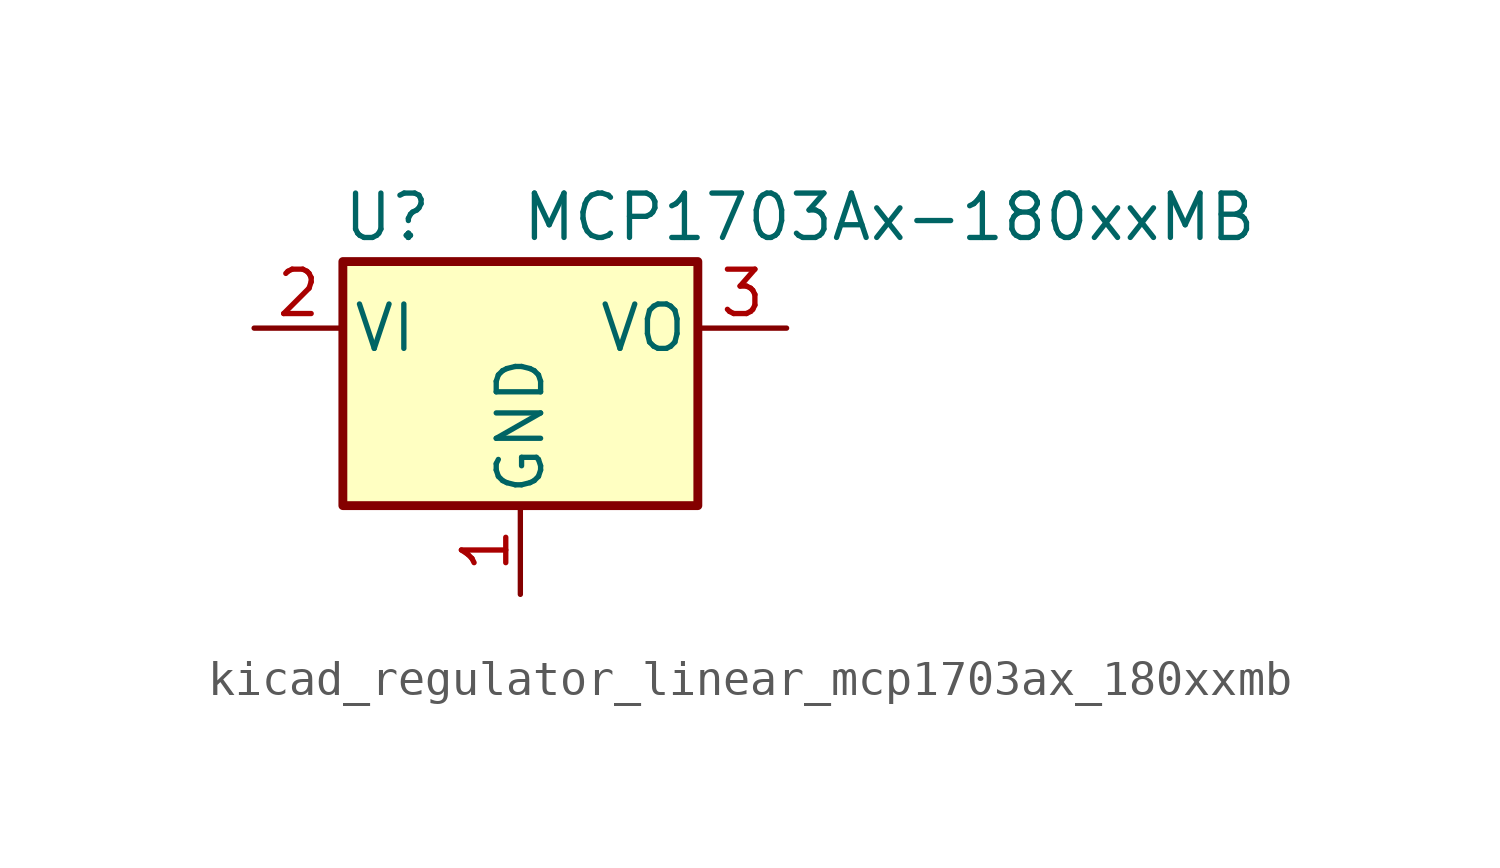
<source format=kicad_sym>
(kicad_symbol_lib
  (version 20220914)
  (generator kicad_symbol_editor)
  (symbol "kicad_regulator_linear_mcp1703ax_180xxmb"
    (pin_names
      (offset 0.254))
    (property "Reference" "U"
      (at -3.81 3.175 0)
      (effects (font (size 1.27 1.27))))
    (property "Value" "MCP1703Ax-180xxMB"
      (at 0 3.175 0)
      (effects (font (size 1.27 1.27)) (justify left)))
    (symbol "kicad_regulator_linear_mcp1703ax_180xxmb_0_1"
      (rectangle (start -5.08 -5.08) (end 5.08 1.905) (stroke (width 0.254) (type default)) (fill (type background))))
    (symbol "kicad_regulator_linear_mcp1703ax_180xxmb_1_1"
      (pin power_in line (at 0 -7.62 90) (length 2.54) (name "GND" (effects (font (size 1.27 1.27)))) (number "1" (effects (font (size 1.27 1.27)))))
      (pin power_in line (at -7.62 0 0) (length 2.54) (name "VI" (effects (font (size 1.27 1.27)))) (number "2" (effects (font (size 1.27 1.27)))))
      (pin power_out line (at 7.62 0 180) (length 2.54) (name "VO" (effects (font (size 1.27 1.27)))) (number "3" (effects (font (size 1.27 1.27))))))))
</source>
